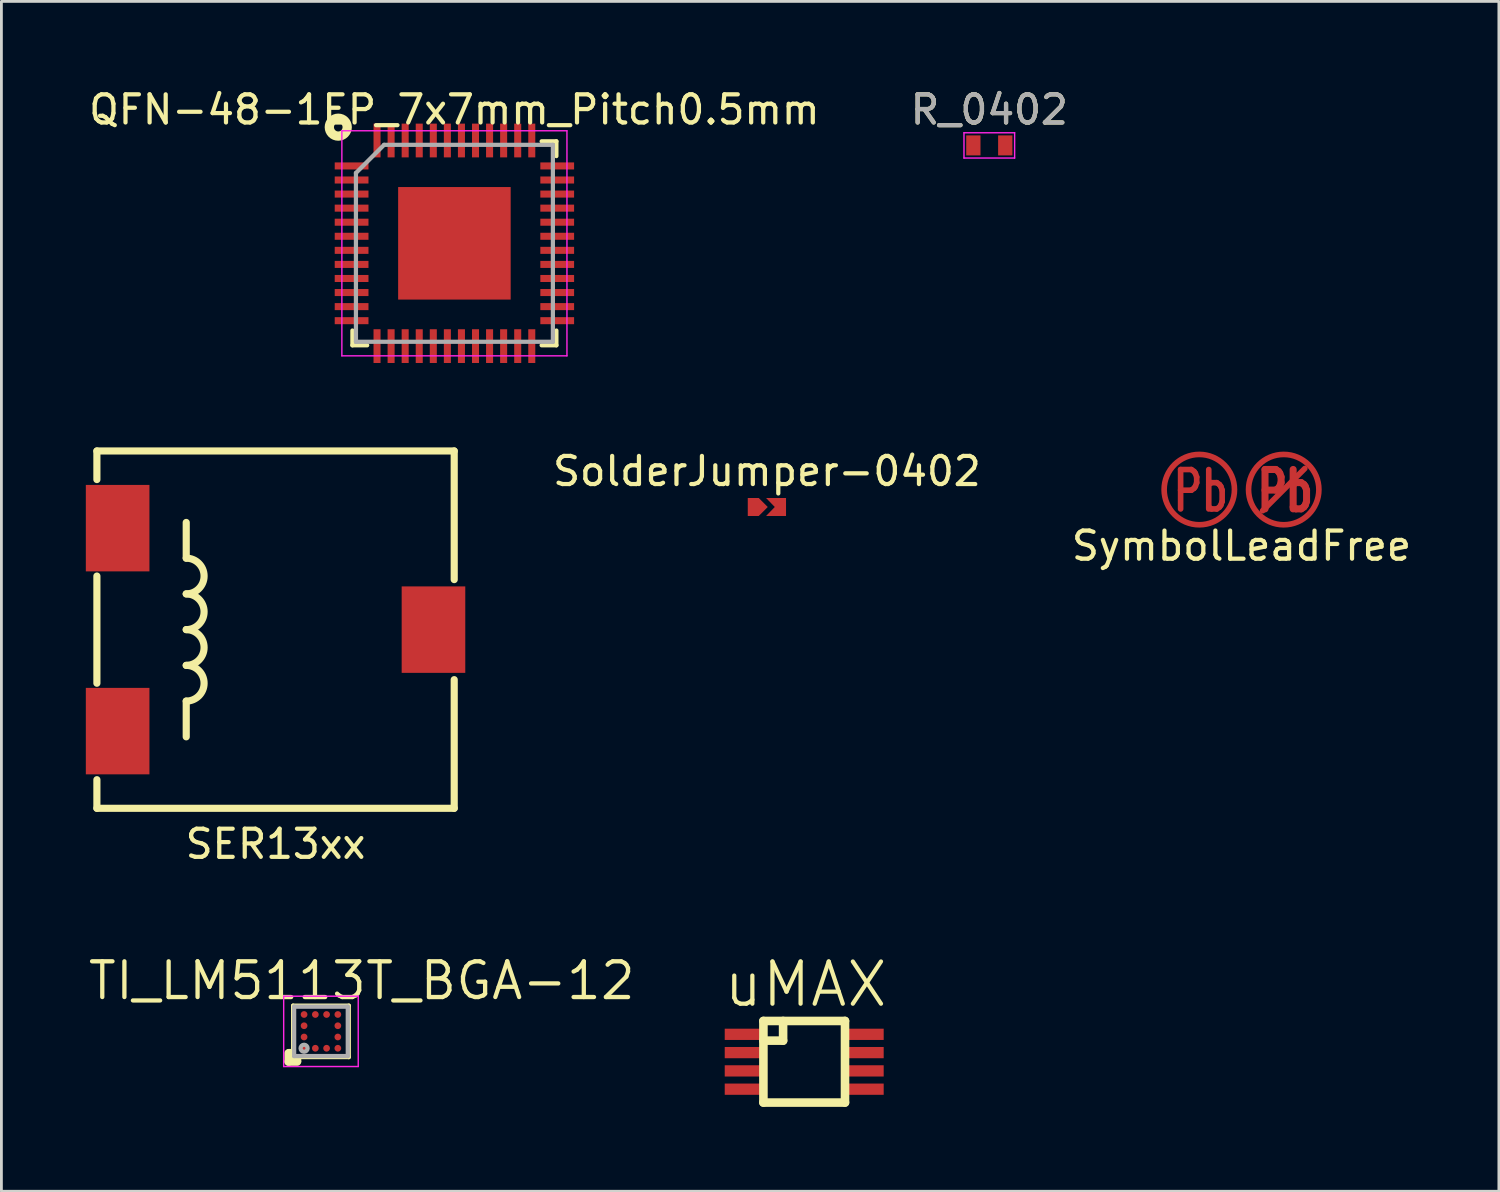
<source format=kicad_pcb>
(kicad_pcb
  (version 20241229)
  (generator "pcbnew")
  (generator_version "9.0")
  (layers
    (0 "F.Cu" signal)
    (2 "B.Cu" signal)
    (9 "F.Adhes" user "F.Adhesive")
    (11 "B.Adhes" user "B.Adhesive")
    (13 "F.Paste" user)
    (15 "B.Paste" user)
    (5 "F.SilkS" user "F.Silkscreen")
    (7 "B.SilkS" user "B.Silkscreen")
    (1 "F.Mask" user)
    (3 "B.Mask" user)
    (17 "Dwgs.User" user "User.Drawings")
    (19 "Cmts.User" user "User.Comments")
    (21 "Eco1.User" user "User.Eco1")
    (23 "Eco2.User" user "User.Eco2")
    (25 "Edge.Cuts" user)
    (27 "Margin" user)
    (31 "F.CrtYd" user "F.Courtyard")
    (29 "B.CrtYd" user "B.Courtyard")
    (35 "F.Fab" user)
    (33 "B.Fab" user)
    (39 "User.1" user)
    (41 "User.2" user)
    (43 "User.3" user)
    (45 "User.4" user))
  (footprint "SolderJumper-0402"
    (layer "F.Cu")
    (at 24.208 14.97)
    (property "Reference" "SolderJumper-0402" (at 0 -1.27 0) (layer "F.SilkS") (effects (font (size 1 1) (thickness 0.15))))
    (attr exclude_from_pos_files exclude_from_bom)
    (fp_poly (pts (xy -0.5 -0.32) (xy -0.5 0.32) (xy 0.5 0.32) (xy 0.5 -0.32)) (stroke (width 0) (type solid)) (fill yes) (layer "F.Mask"))
    (pad "1" smd custom (at -0.5 0) (size 0.01 0.01) (layers "F.Cu" "F.Mask") (options (anchor rect)) (primitives (gr_poly (pts (xy -0.18 -0.32) (xy 0.21 -0.32) (xy 0.53 0) (xy 0.21 0.32) (xy -0.18 0.32)) (width 0) (fill yes))))
    (pad "2" smd custom (at 0.5 0) (size 0.1 0.1) (layers "F.Cu" "F.Mask") (options (anchor rect)) (primitives (gr_poly (pts (xy -0.53 -0.32) (xy 0.18 -0.32) (xy 0.18 0.32) (xy -0.53 0.32) (xy -0.22 0)) (width 0) (fill yes)))))
  (footprint "SER13xx"
    (layer "F.Cu")
    (at 6.744 19.329)
    (property "Reference" "SER13xx" (at 0 7.62 0) (layer "F.SilkS") (effects (font (size 1 1) (thickness 0.15))))
    (attr through_hole)
    (fp_line (start -6.35 -6.35) (end 6.35 -6.35) (stroke (width 0.254) (type solid)) (layer "F.SilkS"))
    (fp_line (start -6.35 -5.334) (end -6.35 -6.35) (stroke (width 0.254) (type solid)) (layer "F.SilkS"))
    (fp_line (start -6.35 -1.905) (end -6.35 1.905) (stroke (width 0.254) (type solid)) (layer "F.SilkS"))
    (fp_line (start -6.35 6.35) (end -6.35 5.334) (stroke (width 0.254) (type solid)) (layer "F.SilkS"))
    (fp_line (start -3.175 -2.54) (end -3.175 -3.81) (stroke (width 0.254) (type solid)) (layer "F.SilkS"))
    (fp_line (start -3.175 2.54) (end -3.175 3.81) (stroke (width 0.254) (type solid)) (layer "F.SilkS"))
    (fp_line (start 6.35 -6.35) (end 6.35 -1.778) (stroke (width 0.254) (type solid)) (layer "F.SilkS"))
    (fp_line (start 6.35 1.778) (end 6.35 6.35) (stroke (width 0.254) (type solid)) (layer "F.SilkS"))
    (fp_line (start 6.35 6.35) (end -6.35 6.35) (stroke (width 0.254) (type solid)) (layer "F.SilkS"))
    (fp_arc (start -3.175 -2.54) (mid -2.54 -1.905) (end -3.175 -1.27) (stroke (width 0.254) (type solid)) (layer "F.SilkS"))
    (fp_arc (start -3.175 -1.27) (mid -2.54 -0.635) (end -3.175 0) (stroke (width 0.254) (type solid)) (layer "F.SilkS"))
    (fp_arc (start -3.175 0) (mid -2.54 0.635) (end -3.175 1.27) (stroke (width 0.254) (type solid)) (layer "F.SilkS"))
    (fp_arc (start -3.175 1.27) (mid -2.54 1.905) (end -3.175 2.54) (stroke (width 0.254) (type solid)) (layer "F.SilkS"))
    (pad "1" smd rect (at -5.613 -3.607) (size 2.261 3.073) (layers "F.Cu" "F.Mask" "F.Paste"))
    (pad "2" smd rect (at -5.613 3.607) (size 2.261 3.073) (layers "F.Cu" "F.Mask" "F.Paste"))
    (pad "3" smd rect (at 5.613 0) (size 2.261 3.073) (layers "F.Cu" "F.Mask" "F.Paste")))
  (footprint "uMAX"
    (layer "F.Cu")
    (at 25.534 34.688)
    (property "Reference" "uMAX" (at 0.05 -2.75 0) (layer "F.SilkS") (effects (font (size 1.5 1.5) (thickness 0.15))))
    (attr through_hole)
    (fp_line (start -1.45 -1.45) (end 1.45 -1.45) (stroke (width 0.305) (type solid)) (layer "F.SilkS"))
    (fp_line (start -1.45 -0.75) (end -0.75 -0.75) (stroke (width 0.305) (type solid)) (layer "F.SilkS"))
    (fp_line (start -1.45 1.45) (end -1.45 -1.45) (stroke (width 0.305) (type solid)) (layer "F.SilkS"))
    (fp_line (start -0.75 -0.75) (end -0.75 -1.45) (stroke (width 0.305) (type solid)) (layer "F.SilkS"))
    (fp_line (start 1.45 -1.45) (end 1.45 1.45) (stroke (width 0.305) (type solid)) (layer "F.SilkS"))
    (fp_line (start 1.45 1.45) (end -1.45 1.45) (stroke (width 0.305) (type solid)) (layer "F.SilkS"))
    (pad "1" smd rect (at -2.15 -0.975) (size 1.35 0.4) (layers "F.Cu" "F.Mask" "F.Paste"))
    (pad "2" smd rect (at -2.15 -0.325) (size 1.35 0.4) (layers "F.Cu" "F.Mask" "F.Paste"))
    (pad "3" smd rect (at -2.15 0.325) (size 1.35 0.4) (layers "F.Cu" "F.Mask" "F.Paste"))
    (pad "4" smd rect (at -2.15 0.975) (size 1.35 0.4) (layers "F.Cu" "F.Mask" "F.Paste"))
    (pad "5" smd rect (at 2.15 0.975) (size 1.35 0.4) (layers "F.Cu" "F.Mask" "F.Paste"))
    (pad "6" smd rect (at 2.15 0.325) (size 1.35 0.4) (layers "F.Cu" "F.Mask" "F.Paste"))
    (pad "7" smd rect (at 2.15 -0.325) (size 1.35 0.4) (layers "F.Cu" "F.Mask" "F.Paste"))
    (pad "8" smd rect (at 2.15 -0.975) (size 1.35 0.4) (layers "F.Cu" "F.Mask" "F.Paste")))
  (footprint "SymbolLeadFree"
    (layer "F.Cu")
    (at 41.077 14.352)
    (property "Reference" "SymbolLeadFree" (at 0 2 0) (layer "F.SilkS") (effects (font (size 1 1) (thickness 0.15))))
    (attr through_hole)
    (fp_line (start 0.75 0.75) (end 2.25 -0.75) (stroke (width 0.2) (type solid)) (layer "F.Cu"))
    (fp_circle (center -1.5 0) (end -0.25 0) (stroke (width 0.2) (type solid)) (fill no) (layer "F.Cu"))
    (fp_circle (center 1.5 0) (end 2.75 0) (stroke (width 0.2) (type solid)) (fill no) (layer "F.Cu"))
    (fp_circle (center -1.5 0) (end -0.75 0) (stroke (width 1.5) (type solid)) (fill no) (layer "F.Mask"))
    (fp_circle (center 1.5 0) (end 2.25 0) (stroke (width 1.5) (type solid)) (fill no) (layer "F.Mask"))
    (fp_text user "Pb" (at -1.45 0.05 0) (layer "F.Cu") (effects (font (size 1.4 1) (thickness 0.2))))
    (fp_text user "Pb" (at 1.55 0.05 0) (layer "F.Cu") (effects (font (size 1.4 1) (thickness 0.25)))))
  (footprint "QFN-48-1EP_7x7mm_Pitch0.5mm"
    (layer "F.Cu")
    (at 13.101 5.598)
    (property "Reference" "QFN-48-1EP_7x7mm_Pitch0.5mm" (at 0 -4.75 0) (layer "F.SilkS") (effects (font (size 1 1) (thickness 0.15))))
    (attr smd)
    (fp_line (start -3.625 3.625) (end -3.625 3.1) (stroke (width 0.15) (type solid)) (layer "F.SilkS"))
    (fp_line (start -3.625 3.625) (end -3.1 3.625) (stroke (width 0.15) (type solid)) (layer "F.SilkS"))
    (fp_line (start 3.625 -3.625) (end 3.1 -3.625) (stroke (width 0.15) (type solid)) (layer "F.SilkS"))
    (fp_line (start 3.625 -3.625) (end 3.625 -3.1) (stroke (width 0.15) (type solid)) (layer "F.SilkS"))
    (fp_line (start 3.625 3.625) (end 3.1 3.625) (stroke (width 0.15) (type solid)) (layer "F.SilkS"))
    (fp_line (start 3.625 3.625) (end 3.625 3.1) (stroke (width 0.15) (type solid)) (layer "F.SilkS"))
    (fp_circle (center -4.128 -4.128) (end -3.81 -4.128) (stroke (width 0.33) (type solid)) (fill no) (layer "F.SilkS"))
    (fp_line (start -4 -4) (end -4 4) (stroke (width 0.05) (type solid)) (layer "F.CrtYd"))
    (fp_line (start -4 -4) (end 4 -4) (stroke (width 0.05) (type solid)) (layer "F.CrtYd"))
    (fp_line (start -4 4) (end 4 4) (stroke (width 0.05) (type solid)) (layer "F.CrtYd"))
    (fp_line (start 4 -4) (end 4 4) (stroke (width 0.05) (type solid)) (layer "F.CrtYd"))
    (fp_line (start -3.5 -2.5) (end -2.5 -3.5) (stroke (width 0.15) (type solid)) (layer "F.Fab"))
    (fp_line (start -3.5 3.5) (end -3.5 -2.5) (stroke (width 0.15) (type solid)) (layer "F.Fab"))
    (fp_line (start -2.5 -3.5) (end 3.5 -3.5) (stroke (width 0.15) (type solid)) (layer "F.Fab"))
    (fp_line (start 3.5 -3.5) (end 3.5 3.5) (stroke (width 0.15) (type solid)) (layer "F.Fab"))
    (fp_line (start 3.5 3.5) (end -3.5 3.5) (stroke (width 0.15) (type solid)) (layer "F.Fab"))
    (pad "1" smd rect (at -3.654 -2.75) (size 1.2 0.25) (layers "F.Cu" "F.Mask" "F.Paste"))
    (pad "2" smd rect (at -3.654 -2.25) (size 1.2 0.25) (layers "F.Cu" "F.Mask" "F.Paste"))
    (pad "3" smd rect (at -3.654 -1.75) (size 1.2 0.25) (layers "F.Cu" "F.Mask" "F.Paste"))
    (pad "4" smd rect (at -3.654 -1.25) (size 1.2 0.25) (layers "F.Cu" "F.Mask" "F.Paste"))
    (pad "5" smd rect (at -3.654 -0.75) (size 1.2 0.25) (layers "F.Cu" "F.Mask" "F.Paste"))
    (pad "6" smd rect (at -3.654 -0.25) (size 1.2 0.25) (layers "F.Cu" "F.Mask" "F.Paste"))
    (pad "7" smd rect (at -3.654 0.25) (size 1.2 0.25) (layers "F.Cu" "F.Mask" "F.Paste"))
    (pad "8" smd rect (at -3.654 0.75) (size 1.2 0.25) (layers "F.Cu" "F.Mask" "F.Paste"))
    (pad "9" smd rect (at -3.654 1.25) (size 1.2 0.25) (layers "F.Cu" "F.Mask" "F.Paste"))
    (pad "10" smd rect (at -3.654 1.75) (size 1.2 0.25) (layers "F.Cu" "F.Mask" "F.Paste"))
    (pad "11" smd rect (at -3.654 2.25) (size 1.2 0.25) (layers "F.Cu" "F.Mask" "F.Paste"))
    (pad "12" smd rect (at -3.654 2.75) (size 1.2 0.25) (layers "F.Cu" "F.Mask" "F.Paste"))
    (pad "13" smd rect (at -2.75 3.654 90) (size 1.2 0.25) (layers "F.Cu" "F.Mask" "F.Paste"))
    (pad "14" smd rect (at -2.25 3.654 90) (size 1.2 0.25) (layers "F.Cu" "F.Mask" "F.Paste"))
    (pad "15" smd rect (at -1.75 3.654 90) (size 1.2 0.25) (layers "F.Cu" "F.Mask" "F.Paste"))
    (pad "16" smd rect (at -1.25 3.654 90) (size 1.2 0.25) (layers "F.Cu" "F.Mask" "F.Paste"))
    (pad "17" smd rect (at -0.75 3.654 90) (size 1.2 0.25) (layers "F.Cu" "F.Mask" "F.Paste"))
    (pad "18" smd rect (at -0.25 3.654 90) (size 1.2 0.25) (layers "F.Cu" "F.Mask" "F.Paste"))
    (pad "19" smd rect (at 0.25 3.654 90) (size 1.2 0.25) (layers "F.Cu" "F.Mask" "F.Paste"))
    (pad "20" smd rect (at 0.75 3.654 90) (size 1.2 0.25) (layers "F.Cu" "F.Mask" "F.Paste"))
    (pad "21" smd rect (at 1.25 3.654 90) (size 1.2 0.25) (layers "F.Cu" "F.Mask" "F.Paste"))
    (pad "22" smd rect (at 1.75 3.654 90) (size 1.2 0.25) (layers "F.Cu" "F.Mask" "F.Paste"))
    (pad "23" smd rect (at 2.25 3.654 90) (size 1.2 0.25) (layers "F.Cu" "F.Mask" "F.Paste"))
    (pad "24" smd rect (at 2.75 3.654 90) (size 1.2 0.25) (layers "F.Cu" "F.Mask" "F.Paste"))
    (pad "25" smd rect (at 3.654 2.75) (size 1.2 0.25) (layers "F.Cu" "F.Mask" "F.Paste"))
    (pad "26" smd rect (at 3.654 2.25) (size 1.2 0.25) (layers "F.Cu" "F.Mask" "F.Paste"))
    (pad "27" smd rect (at 3.654 1.75) (size 1.2 0.25) (layers "F.Cu" "F.Mask" "F.Paste"))
    (pad "28" smd rect (at 3.654 1.25) (size 1.2 0.25) (layers "F.Cu" "F.Mask" "F.Paste"))
    (pad "29" smd rect (at 3.654 0.75) (size 1.2 0.25) (layers "F.Cu" "F.Mask" "F.Paste"))
    (pad "30" smd rect (at 3.654 0.25) (size 1.2 0.25) (layers "F.Cu" "F.Mask" "F.Paste"))
    (pad "31" smd rect (at 3.654 -0.25) (size 1.2 0.25) (layers "F.Cu" "F.Mask" "F.Paste"))
    (pad "32" smd rect (at 3.654 -0.75) (size 1.2 0.25) (layers "F.Cu" "F.Mask" "F.Paste"))
    (pad "33" smd rect (at 3.654 -1.25) (size 1.2 0.25) (layers "F.Cu" "F.Mask" "F.Paste"))
    (pad "34" smd rect (at 3.654 -1.75) (size 1.2 0.25) (layers "F.Cu" "F.Mask" "F.Paste"))
    (pad "35" smd rect (at 3.654 -2.25) (size 1.2 0.25) (layers "F.Cu" "F.Mask" "F.Paste"))
    (pad "36" smd rect (at 3.654 -2.75) (size 1.2 0.25) (layers "F.Cu" "F.Mask" "F.Paste"))
    (pad "37" smd rect (at 2.75 -3.654 90) (size 1.2 0.25) (layers "F.Cu" "F.Mask" "F.Paste"))
    (pad "38" smd rect (at 2.25 -3.654 90) (size 1.2 0.25) (layers "F.Cu" "F.Mask" "F.Paste"))
    (pad "39" smd rect (at 1.75 -3.654 90) (size 1.2 0.25) (layers "F.Cu" "F.Mask" "F.Paste"))
    (pad "40" smd rect (at 1.25 -3.654 90) (size 1.2 0.25) (layers "F.Cu" "F.Mask" "F.Paste"))
    (pad "41" smd rect (at 0.75 -3.654 90) (size 1.2 0.25) (layers "F.Cu" "F.Mask" "F.Paste"))
    (pad "42" smd rect (at 0.25 -3.654 90) (size 1.2 0.25) (layers "F.Cu" "F.Mask" "F.Paste"))
    (pad "43" smd rect (at -0.25 -3.654 90) (size 1.2 0.25) (layers "F.Cu" "F.Mask" "F.Paste"))
    (pad "44" smd rect (at -0.75 -3.654 90) (size 1.2 0.25) (layers "F.Cu" "F.Mask" "F.Paste"))
    (pad "45" smd rect (at -1.25 -3.654 90) (size 1.2 0.25) (layers "F.Cu" "F.Mask" "F.Paste"))
    (pad "46" smd rect (at -1.75 -3.654 90) (size 1.2 0.25) (layers "F.Cu" "F.Mask" "F.Paste"))
    (pad "47" smd rect (at -2.25 -3.654 90) (size 1.2 0.25) (layers "F.Cu" "F.Mask" "F.Paste"))
    (pad "48" smd rect (at -2.75 -3.654 90) (size 1.2 0.25) (layers "F.Cu" "F.Mask" "F.Paste"))
    (pad "49" smd rect (at 0 0) (size 4 4) (layers "F.Cu" "F.Mask" "F.Paste")))
  (footprint "R_0402"
    (layer "F.Cu")
    (at 32.113 2.118)
    (property "Reference" "R_0402" (at 0 -1.27 0) (layer "F.SilkS") (effects (font (size 1 1) (thickness 0.15))))
    (attr smd)
    (fp_line (start -0.9 -0.45) (end -0.9 0.45) (stroke (width 0.05) (type solid)) (layer "F.CrtYd"))
    (fp_line (start -0.9 -0.45) (end 0.9 -0.45) (stroke (width 0.05) (type solid)) (layer "F.CrtYd"))
    (fp_line (start 0.9 0.45) (end -0.9 0.45) (stroke (width 0.05) (type solid)) (layer "F.CrtYd"))
    (fp_line (start 0.9 0.45) (end 0.9 -0.45) (stroke (width 0.05) (type solid)) (layer "F.CrtYd"))
    (fp_text user "${REFERENCE}" (at 0 -1.27 0) (layer "F.Fab") (effects (font (size 1 1) (thickness 0.15))))
    (pad "1" smd rect (at -0.567 0) (size 0.508 0.711) (layers "F.Cu" "F.Mask" "F.Paste"))
    (pad "2" smd rect (at 0.567 0) (size 0.508 0.711) (layers "F.Cu" "F.Mask" "F.Paste")))
  (footprint "TI_LM5113T_BGA-12"
    (layer "F.Cu")
    (at 8.358 33.608)
    (property "Reference" "TI_LM5113T_BGA-12" (at 1.45 -1.8 0) (layer "F.SilkS") (effects (font (size 1.27 1.27) (thickness 0.152))))
    (attr through_hole)
    (fp_line (start -1.15 0.7) (end -1.025 0.7) (stroke (width 0.15) (type solid)) (layer "F.SilkS"))
    (fp_line (start -1.15 0.775) (end -1.15 1.075) (stroke (width 0.3) (type solid)) (layer "F.SilkS"))
    (fp_line (start -1.15 1.075) (end -0.85 1.075) (stroke (width 0.3) (type solid)) (layer "F.SilkS"))
    (fp_line (start -1 0.775) (end -1.15 0.775) (stroke (width 0.15) (type solid)) (layer "F.SilkS"))
    (fp_line (start -1 0.925) (end -1 0.775) (stroke (width 0.15) (type solid)) (layer "F.SilkS"))
    (fp_line (start -0.99 -0.915) (end -0.99 0.99) (stroke (width 0.15) (type solid)) (layer "F.SilkS"))
    (fp_line (start -0.99 -0.915) (end 0.99 -0.915) (stroke (width 0.15) (type solid)) (layer "F.SilkS"))
    (fp_line (start -0.99 0.915) (end 0.99 0.915) (stroke (width 0.15) (type solid)) (layer "F.SilkS"))
    (fp_line (start -0.85 0.925) (end -1.075 0.925) (stroke (width 0.15) (type solid)) (layer "F.SilkS"))
    (fp_line (start -0.85 1.075) (end -0.85 0.925) (stroke (width 0.15) (type solid)) (layer "F.SilkS"))
    (fp_line (start -0.775 1.075) (end -0.775 0.95) (stroke (width 0.15) (type solid)) (layer "F.SilkS"))
    (fp_line (start 0.99 -0.915) (end 0.99 0.915) (stroke (width 0.15) (type solid)) (layer "F.SilkS"))
    (fp_line (start -1.325 -1.25) (end -1.325 1.25) (stroke (width 0.05) (type solid)) (layer "F.CrtYd"))
    (fp_line (start -1.325 1.25) (end 1.325 1.25) (stroke (width 0.05) (type solid)) (layer "F.CrtYd"))
    (fp_line (start 1.325 -1.25) (end -1.325 -1.25) (stroke (width 0.05) (type solid)) (layer "F.CrtYd"))
    (fp_line (start 1.325 1.25) (end 1.325 -1.25) (stroke (width 0.05) (type solid)) (layer "F.CrtYd"))
    (fp_line (start -0.953 -0.878) (end 0.953 -0.878) (stroke (width 0.15) (type solid)) (layer "F.Fab"))
    (fp_line (start -0.953 0.878) (end -0.953 -0.878) (stroke (width 0.15) (type solid)) (layer "F.Fab"))
    (fp_line (start 0.953 -0.878) (end 0.953 0.878) (stroke (width 0.15) (type solid)) (layer "F.Fab"))
    (fp_line (start 0.953 0.878) (end -0.953 0.878) (stroke (width 0.15) (type solid)) (layer "F.Fab"))
    (fp_circle (center -0.6 0.6) (end -0.55 0.6) (stroke (width 0.15) (type solid)) (fill no) (layer "F.Fab"))
    (pad "21" smd circle (at -0.2 0.6) (size 0.24 0.24) (layers "F.Cu" "F.Mask" "F.Paste"))
    (pad "31" smd circle (at 0.2 0.6) (size 0.24 0.24) (layers "F.Cu" "F.Mask" "F.Paste"))
    (pad "HI" smd circle (at 0.6 -0.2) (size 0.24 0.24) (layers "F.Cu" "F.Mask" "F.Paste"))
    (pad "HOL" smd circle (at -0.6 0.6) (size 0.24 0.24) (layers "F.Cu" "F.Mask" "F.Paste"))
    (pad "HS" smd circle (at -0.6 0.2) (size 0.24 0.24) (layers "F.Cu" "F.Mask" "F.Paste"))
    (pad "HS" smd circle (at 0.6 0.6) (size 0.24 0.24) (layers "F.Cu" "F.Mask" "F.Paste"))
    (pad "LI" smd circle (at 0.6 -0.6) (size 0.24 0.24) (layers "F.Cu" "F.Mask" "F.Paste"))
    (pad "LOH" smd circle (at -0.6 -0.2) (size 0.24 0.24) (layers "F.Cu" "F.Mask" "F.Paste"))
    (pad "LOL" smd circle (at -0.6 -0.6) (size 0.24 0.24) (layers "F.Cu" "F.Mask" "F.Paste"))
    (pad "VDD" smd circle (at 0.2 -0.6) (size 0.24 0.24) (layers "F.Cu" "F.Mask" "F.Paste"))
    (pad "VDD" smd circle (at 0.6 0.2) (size 0.24 0.24) (layers "F.Cu" "F.Mask" "F.Paste"))
    (pad "VSS" smd circle (at -0.2 -0.6) (size 0.24 0.24) (layers "F.Cu" "F.Mask" "F.Paste")))
  (gr_rect
    (start -3 -3)
    (end 50.225 39.291)
    (stroke (width 0.1) (type default))
    (fill no)
    (layer "Edge.Cuts")))
</source>
